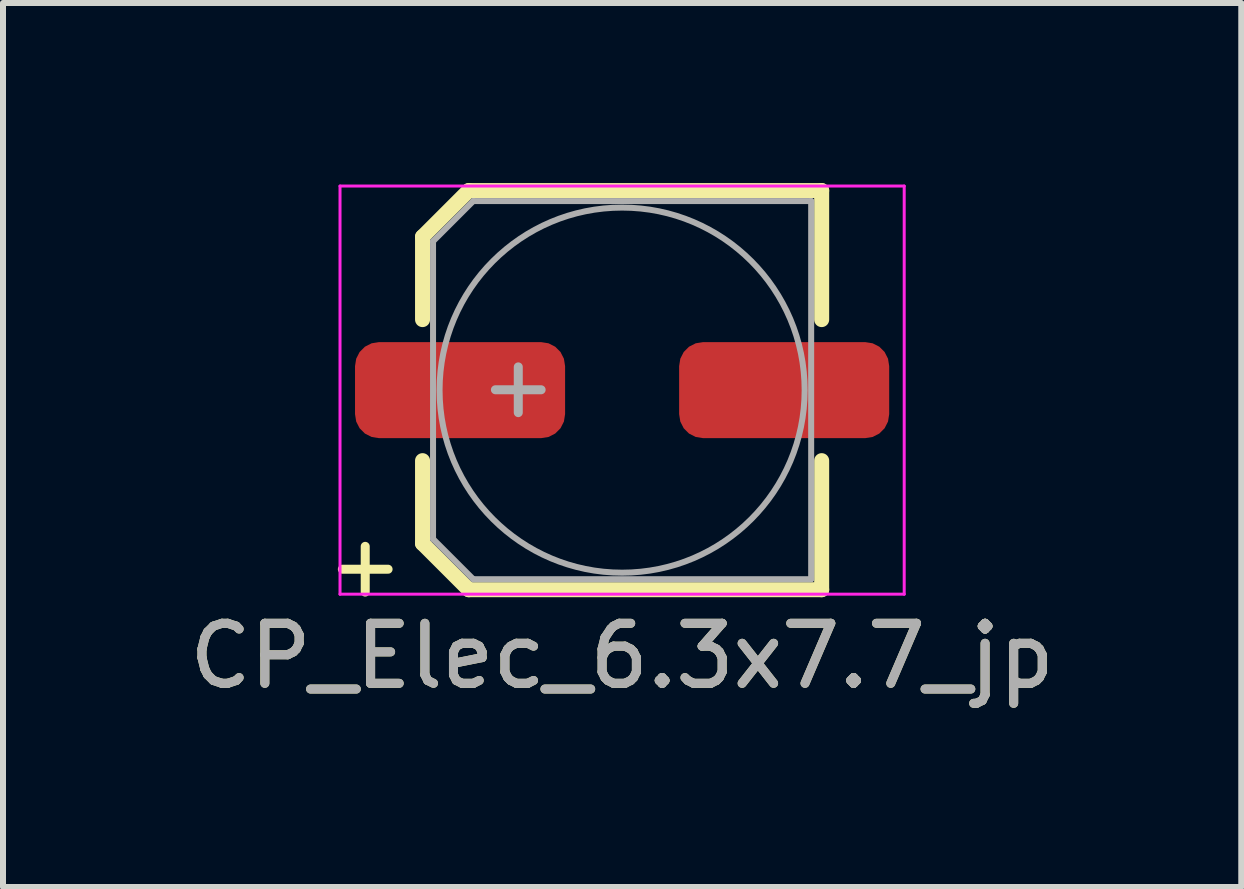
<source format=kicad_pcb>
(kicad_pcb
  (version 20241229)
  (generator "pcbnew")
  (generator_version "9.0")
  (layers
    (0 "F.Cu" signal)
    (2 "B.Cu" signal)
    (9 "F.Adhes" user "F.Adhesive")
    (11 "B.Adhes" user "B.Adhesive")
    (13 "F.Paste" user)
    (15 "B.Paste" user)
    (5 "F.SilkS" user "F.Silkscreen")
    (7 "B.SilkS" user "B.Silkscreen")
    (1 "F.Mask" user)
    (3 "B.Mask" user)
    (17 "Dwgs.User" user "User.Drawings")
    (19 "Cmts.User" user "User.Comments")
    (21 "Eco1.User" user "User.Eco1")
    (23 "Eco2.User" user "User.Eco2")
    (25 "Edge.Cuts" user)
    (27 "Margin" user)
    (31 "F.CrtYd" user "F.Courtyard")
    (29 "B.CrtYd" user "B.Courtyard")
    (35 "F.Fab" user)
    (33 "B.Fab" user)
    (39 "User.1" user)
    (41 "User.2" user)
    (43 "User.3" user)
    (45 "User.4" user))
  (footprint "CP_Elec_6.3x7.7_jp"
    (layer "F.Cu")
    (at 7.315 3.45)
    (property "Reference" "CP_Elec_6.3x7.7_jp" (at 0 4.43 0) (layer "F.SilkS") (effects (font (size 1 1) (thickness 0.15))))
    (attr smd)
    (fp_line (start -3.325 -2.555) (end -2.555 -3.325) (stroke (width 0.25) (type solid)) (layer "F.SilkS"))
    (fp_line (start -3.325 -1.175) (end -3.325 -2.555) (stroke (width 0.25) (type solid)) (layer "F.SilkS"))
    (fp_line (start -3.325 2.555) (end -3.325 1.175) (stroke (width 0.25) (type solid)) (layer "F.SilkS"))
    (fp_line (start -2.555 -3.325) (end 3.325 -3.325) (stroke (width 0.25) (type solid)) (layer "F.SilkS"))
    (fp_line (start -2.555 3.325) (end -3.325 2.555) (stroke (width 0.25) (type solid)) (layer "F.SilkS"))
    (fp_line (start 3.325 -3.325) (end 3.325 -1.175) (stroke (width 0.25) (type solid)) (layer "F.SilkS"))
    (fp_line (start 3.325 3.325) (end -2.555 3.325) (stroke (width 0.25) (type solid)) (layer "F.SilkS"))
    (fp_line (start 3.325 3.325) (end 3.325 1.175) (stroke (width 0.25) (type solid)) (layer "F.SilkS"))
    (fp_line (start -4.7 -3.4) (end -4.7 3.4) (stroke (width 0.05) (type solid)) (layer "F.CrtYd"))
    (fp_line (start -4.7 -3.4) (end 4.7 -3.4) (stroke (width 0.05) (type solid)) (layer "F.CrtYd"))
    (fp_line (start 4.7 3.4) (end -4.7 3.4) (stroke (width 0.05) (type solid)) (layer "F.CrtYd"))
    (fp_line (start 4.7 3.4) (end 4.7 -3.4) (stroke (width 0.05) (type solid)) (layer "F.CrtYd"))
    (fp_line (start -3.15 -2.48) (end -3.15 2.48) (stroke (width 0.1) (type solid)) (layer "F.Fab"))
    (fp_line (start -3.15 2.48) (end -2.48 3.15) (stroke (width 0.1) (type solid)) (layer "F.Fab"))
    (fp_line (start -2.48 -3.15) (end -3.15 -2.48) (stroke (width 0.1) (type solid)) (layer "F.Fab"))
    (fp_line (start -2.48 3.15) (end 3.15 3.15) (stroke (width 0.1) (type solid)) (layer "F.Fab"))
    (fp_line (start 3.15 -3.15) (end -2.48 -3.15) (stroke (width 0.1) (type solid)) (layer "F.Fab"))
    (fp_line (start 3.15 3.15) (end 3.15 -3.15) (stroke (width 0.1) (type solid)) (layer "F.Fab"))
    (fp_circle (center 0 0) (end 0.5 3) (stroke (width 0.1) (type solid)) (fill no) (layer "F.Fab"))
    (fp_text user "+" (at -4.28 2.91 0) (layer "F.SilkS") (effects (font (size 1 1) (thickness 0.15))))
    (fp_text user "${REFERENCE}" (at 0 4.43 0) (layer "F.Fab") (effects (font (size 1 1) (thickness 0.15))))
    (fp_text user "+" (at -1.73 -0.08 0) (layer "F.Fab") (effects (font (size 1 1) (thickness 0.15))))
    (pad "1" smd roundrect (at -2.7 0 180) (size 3.5 1.6) (layers "F.Cu" "F.Mask" "F.Paste") (roundrect_rratio 0.25))
    (pad "2" smd roundrect (at 2.7 0 180) (size 3.5 1.6) (layers "F.Cu" "F.Mask" "F.Paste") (roundrect_rratio 0.25)))
  (gr_rect
    (start -3 -3)
    (end 17.631 11.728)
    (stroke (width 0.1) (type default))
    (fill no)
    (layer "Edge.Cuts")))
</source>
